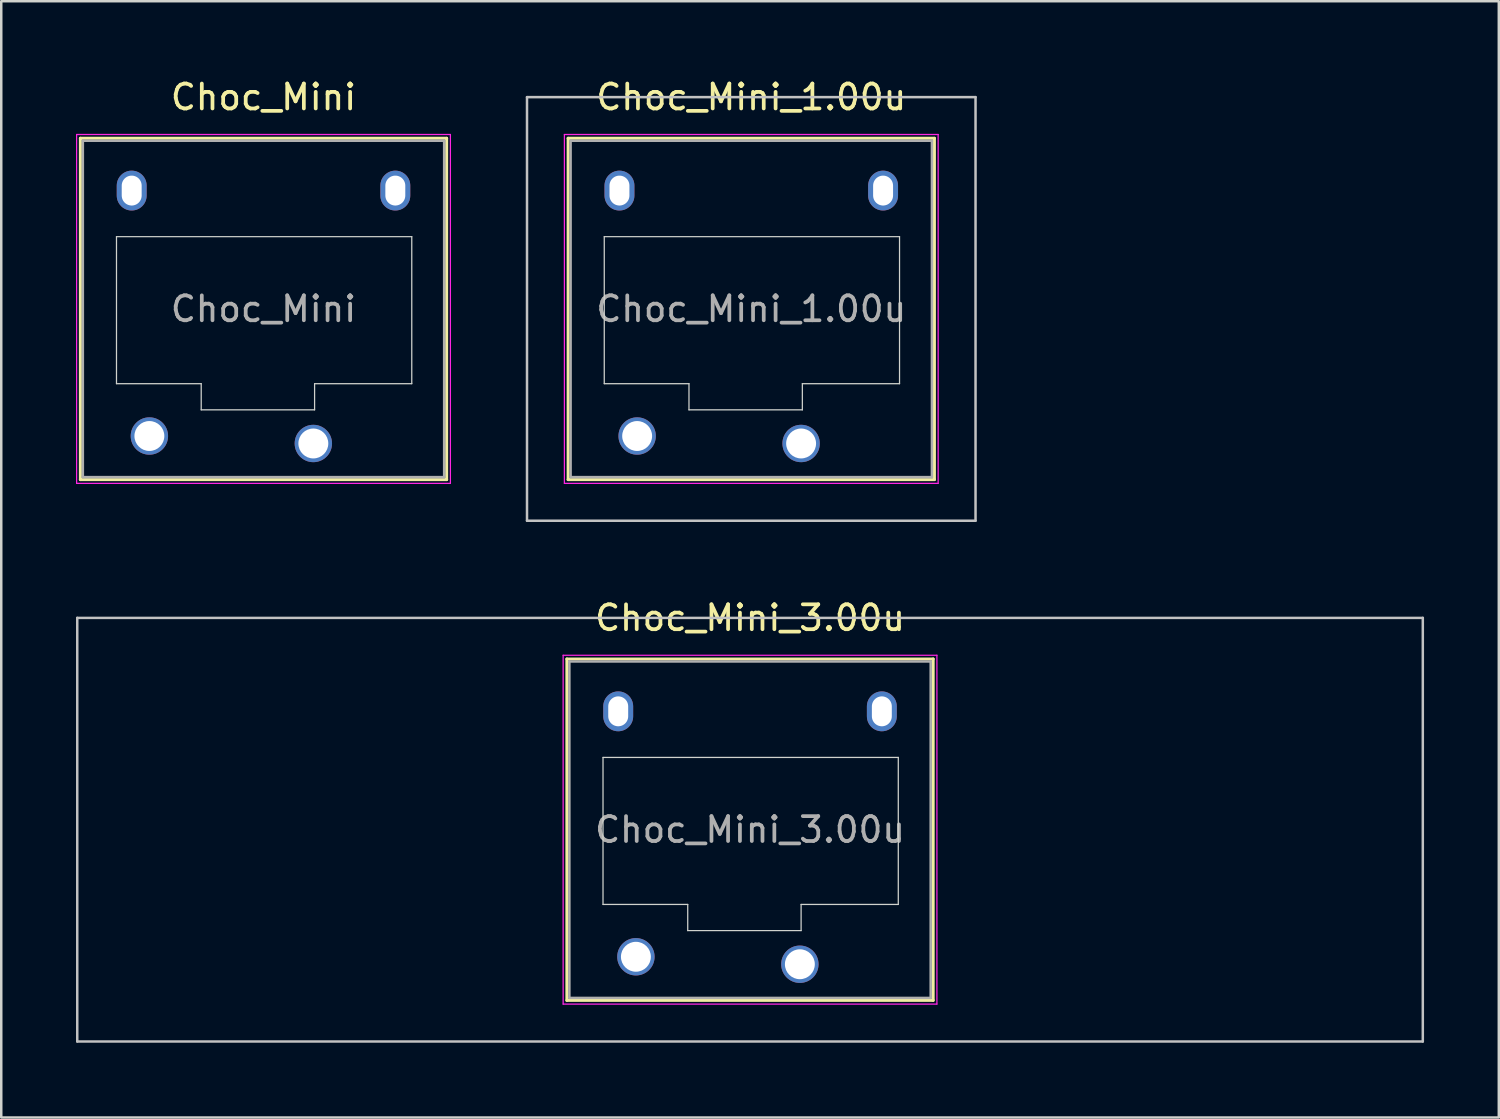
<source format=kicad_pcb>
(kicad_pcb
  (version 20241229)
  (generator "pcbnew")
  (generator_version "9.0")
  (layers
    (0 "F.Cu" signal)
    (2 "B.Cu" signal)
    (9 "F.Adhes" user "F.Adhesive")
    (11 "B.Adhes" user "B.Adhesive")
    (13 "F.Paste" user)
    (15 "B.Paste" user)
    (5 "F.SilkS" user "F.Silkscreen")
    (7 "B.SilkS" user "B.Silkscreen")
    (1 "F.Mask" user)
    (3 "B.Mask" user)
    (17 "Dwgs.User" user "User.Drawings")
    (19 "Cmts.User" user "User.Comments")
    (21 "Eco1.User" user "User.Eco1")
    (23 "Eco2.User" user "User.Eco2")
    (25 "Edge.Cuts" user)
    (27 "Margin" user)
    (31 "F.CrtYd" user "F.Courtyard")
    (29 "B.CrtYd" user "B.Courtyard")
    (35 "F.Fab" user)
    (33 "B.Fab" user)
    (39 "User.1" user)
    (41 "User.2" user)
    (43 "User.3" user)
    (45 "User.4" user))
  (footprint "Choc_Mini"
    (layer "F.Cu")
    (at 7.525 9.348)
    (property "Reference" "Choc_Mini" (at 0 -8.5 0) (layer "F.SilkS") (effects (font (size 1 1) (thickness 0.15))))
    (attr through_hole)
    (fp_line (start -7.35 -6.85) (end -7.35 6.85) (stroke (width 0.12) (type solid)) (layer "F.SilkS"))
    (fp_line (start -7.35 6.85) (end 7.35 6.85) (stroke (width 0.12) (type solid)) (layer "F.SilkS"))
    (fp_line (start 7.35 -6.85) (end -7.35 -6.85) (stroke (width 0.12) (type solid)) (layer "F.SilkS"))
    (fp_line (start 7.35 6.85) (end 7.35 -6.85) (stroke (width 0.12) (type solid)) (layer "F.SilkS"))
    (fp_line (start -6.85 -6.35) (end -6.85 6.35) (stroke (width 0.1) (type solid)) (layer "Eco1.User"))
    (fp_line (start -6.85 6.35) (end 6.85 6.35) (stroke (width 0.1) (type solid)) (layer "Eco1.User"))
    (fp_line (start 6.85 -6.35) (end -6.85 -6.35) (stroke (width 0.1) (type solid)) (layer "Eco1.User"))
    (fp_line (start 6.85 6.35) (end 6.85 -6.35) (stroke (width 0.1) (type solid)) (layer "Eco1.User"))
    (fp_line (start -5.9 -2.9) (end -5.9 3) (stroke (width 0.05) (type solid)) (layer "Edge.Cuts"))
    (fp_line (start -5.9 3) (end -2.5 3) (stroke (width 0.05) (type solid)) (layer "Edge.Cuts"))
    (fp_line (start -2.5 3) (end -2.5 4.05) (stroke (width 0.05) (type solid)) (layer "Edge.Cuts"))
    (fp_line (start -2.5 4.05) (end 2.05 4.05) (stroke (width 0.05) (type solid)) (layer "Edge.Cuts"))
    (fp_line (start 2.05 3) (end 5.95 3) (stroke (width 0.05) (type solid)) (layer "Edge.Cuts"))
    (fp_line (start 2.05 4.05) (end 2.05 3) (stroke (width 0.05) (type solid)) (layer "Edge.Cuts"))
    (fp_line (start 5.95 -2.9) (end -5.9 -2.9) (stroke (width 0.05) (type solid)) (layer "Edge.Cuts"))
    (fp_line (start 5.95 3) (end 5.95 -2.9) (stroke (width 0.05) (type solid)) (layer "Edge.Cuts"))
    (fp_line (start -7.5 -7) (end -7.5 7) (stroke (width 0.05) (type solid)) (layer "F.CrtYd"))
    (fp_line (start -7.5 7) (end 7.5 7) (stroke (width 0.05) (type solid)) (layer "F.CrtYd"))
    (fp_line (start 7.5 -7) (end -7.5 -7) (stroke (width 0.05) (type solid)) (layer "F.CrtYd"))
    (fp_line (start 7.5 7) (end 7.5 -7) (stroke (width 0.05) (type solid)) (layer "F.CrtYd"))
    (fp_line (start -7.25 -6.75) (end -7.25 6.75) (stroke (width 0.1) (type solid)) (layer "F.Fab"))
    (fp_line (start -7.25 6.75) (end 7.25 6.75) (stroke (width 0.1) (type solid)) (layer "F.Fab"))
    (fp_line (start 7.25 -6.75) (end -7.25 -6.75) (stroke (width 0.1) (type solid)) (layer "F.Fab"))
    (fp_line (start 7.25 6.75) (end 7.25 -6.75) (stroke (width 0.1) (type solid)) (layer "F.Fab"))
    (fp_text user "${REFERENCE}" (at 0 0 0) (layer "F.Fab") (effects (font (size 1 1) (thickness 0.15))))
    (pad "" np_thru_hole oval (at -5.29 -4.75) (size 1.2 1.6) (drill oval 0.8 1.2) (layers "*.Cu" "*.Mask"))
    (pad "" np_thru_hole oval (at 5.29 -4.75) (size 1.2 1.6) (drill oval 0.8 1.2) (layers "*.Cu" "*.Mask"))
    (pad "1" thru_hole circle (at 2 5.4) (size 1.5 1.5) (drill 1.2) (layers "*.Cu" "*.Mask"))
    (pad "2" thru_hole circle (at -4.58 5.1) (size 1.5 1.5) (drill 1.2) (layers "*.Cu" "*.Mask")))
  (footprint "Choc_Mini_1.00u"
    (layer "F.Cu")
    (at 27.1 9.348)
    (property "Reference" "Choc_Mini_1.00u" (at 0 -8.5 0) (layer "F.SilkS") (effects (font (size 1 1) (thickness 0.15))))
    (attr through_hole)
    (fp_line (start -7.35 -6.85) (end -7.35 6.85) (stroke (width 0.12) (type solid)) (layer "F.SilkS"))
    (fp_line (start -7.35 6.85) (end 7.35 6.85) (stroke (width 0.12) (type solid)) (layer "F.SilkS"))
    (fp_line (start 7.35 -6.85) (end -7.35 -6.85) (stroke (width 0.12) (type solid)) (layer "F.SilkS"))
    (fp_line (start 7.35 6.85) (end 7.35 -6.85) (stroke (width 0.12) (type solid)) (layer "F.SilkS"))
    (fp_line (start -9 -8.5) (end -9 8.5) (stroke (width 0.1) (type solid)) (layer "Dwgs.User"))
    (fp_line (start -9 8.5) (end 9 8.5) (stroke (width 0.1) (type solid)) (layer "Dwgs.User"))
    (fp_line (start 9 -8.5) (end -9 -8.5) (stroke (width 0.1) (type solid)) (layer "Dwgs.User"))
    (fp_line (start 9 8.5) (end 9 -8.5) (stroke (width 0.1) (type solid)) (layer "Dwgs.User"))
    (fp_line (start -6.85 -6.35) (end -6.85 6.35) (stroke (width 0.1) (type solid)) (layer "Eco1.User"))
    (fp_line (start -6.85 6.35) (end 6.85 6.35) (stroke (width 0.1) (type solid)) (layer "Eco1.User"))
    (fp_line (start 6.85 -6.35) (end -6.85 -6.35) (stroke (width 0.1) (type solid)) (layer "Eco1.User"))
    (fp_line (start 6.85 6.35) (end 6.85 -6.35) (stroke (width 0.1) (type solid)) (layer "Eco1.User"))
    (fp_line (start -5.9 -2.9) (end -5.9 3) (stroke (width 0.05) (type solid)) (layer "Edge.Cuts"))
    (fp_line (start -5.9 3) (end -2.5 3) (stroke (width 0.05) (type solid)) (layer "Edge.Cuts"))
    (fp_line (start -2.5 3) (end -2.5 4.05) (stroke (width 0.05) (type solid)) (layer "Edge.Cuts"))
    (fp_line (start -2.5 4.05) (end 2.05 4.05) (stroke (width 0.05) (type solid)) (layer "Edge.Cuts"))
    (fp_line (start 2.05 3) (end 5.95 3) (stroke (width 0.05) (type solid)) (layer "Edge.Cuts"))
    (fp_line (start 2.05 4.05) (end 2.05 3) (stroke (width 0.05) (type solid)) (layer "Edge.Cuts"))
    (fp_line (start 5.95 -2.9) (end -5.9 -2.9) (stroke (width 0.05) (type solid)) (layer "Edge.Cuts"))
    (fp_line (start 5.95 3) (end 5.95 -2.9) (stroke (width 0.05) (type solid)) (layer "Edge.Cuts"))
    (fp_line (start -7.5 -7) (end -7.5 7) (stroke (width 0.05) (type solid)) (layer "F.CrtYd"))
    (fp_line (start -7.5 7) (end 7.5 7) (stroke (width 0.05) (type solid)) (layer "F.CrtYd"))
    (fp_line (start 7.5 -7) (end -7.5 -7) (stroke (width 0.05) (type solid)) (layer "F.CrtYd"))
    (fp_line (start 7.5 7) (end 7.5 -7) (stroke (width 0.05) (type solid)) (layer "F.CrtYd"))
    (fp_line (start -7.25 -6.75) (end -7.25 6.75) (stroke (width 0.1) (type solid)) (layer "F.Fab"))
    (fp_line (start -7.25 6.75) (end 7.25 6.75) (stroke (width 0.1) (type solid)) (layer "F.Fab"))
    (fp_line (start 7.25 -6.75) (end -7.25 -6.75) (stroke (width 0.1) (type solid)) (layer "F.Fab"))
    (fp_line (start 7.25 6.75) (end 7.25 -6.75) (stroke (width 0.1) (type solid)) (layer "F.Fab"))
    (fp_text user "${REFERENCE}" (at 0 0 0) (layer "F.Fab") (effects (font (size 1 1) (thickness 0.15))))
    (pad "" np_thru_hole oval (at -5.29 -4.75) (size 1.2 1.6) (drill oval 0.8 1.2) (layers "*.Cu" "*.Mask"))
    (pad "" np_thru_hole oval (at 5.29 -4.75) (size 1.2 1.6) (drill oval 0.8 1.2) (layers "*.Cu" "*.Mask"))
    (pad "1" thru_hole circle (at 2 5.4) (size 1.5 1.5) (drill 1.2) (layers "*.Cu" "*.Mask"))
    (pad "2" thru_hole circle (at -4.58 5.1) (size 1.5 1.5) (drill 1.2) (layers "*.Cu" "*.Mask")))
  (footprint "Choc_Mini_3.00u"
    (layer "F.Cu")
    (at 27.05 30.247)
    (property "Reference" "Choc_Mini_3.00u" (at 0 -8.5 0) (layer "F.SilkS") (effects (font (size 1 1) (thickness 0.15))))
    (attr through_hole)
    (fp_line (start -7.35 -6.85) (end -7.35 6.85) (stroke (width 0.12) (type solid)) (layer "F.SilkS"))
    (fp_line (start -7.35 6.85) (end 7.35 6.85) (stroke (width 0.12) (type solid)) (layer "F.SilkS"))
    (fp_line (start 7.35 -6.85) (end -7.35 -6.85) (stroke (width 0.12) (type solid)) (layer "F.SilkS"))
    (fp_line (start 7.35 6.85) (end 7.35 -6.85) (stroke (width 0.12) (type solid)) (layer "F.SilkS"))
    (fp_line (start -27 -8.5) (end -27 8.5) (stroke (width 0.1) (type solid)) (layer "Dwgs.User"))
    (fp_line (start -27 8.5) (end 27 8.5) (stroke (width 0.1) (type solid)) (layer "Dwgs.User"))
    (fp_line (start 27 -8.5) (end -27 -8.5) (stroke (width 0.1) (type solid)) (layer "Dwgs.User"))
    (fp_line (start 27 8.5) (end 27 -8.5) (stroke (width 0.1) (type solid)) (layer "Dwgs.User"))
    (fp_line (start -6.85 -6.35) (end -6.85 6.35) (stroke (width 0.1) (type solid)) (layer "Eco1.User"))
    (fp_line (start -6.85 6.35) (end 6.85 6.35) (stroke (width 0.1) (type solid)) (layer "Eco1.User"))
    (fp_line (start 6.85 -6.35) (end -6.85 -6.35) (stroke (width 0.1) (type solid)) (layer "Eco1.User"))
    (fp_line (start 6.85 6.35) (end 6.85 -6.35) (stroke (width 0.1) (type solid)) (layer "Eco1.User"))
    (fp_line (start -5.9 -2.9) (end -5.9 3) (stroke (width 0.05) (type solid)) (layer "Edge.Cuts"))
    (fp_line (start -5.9 3) (end -2.5 3) (stroke (width 0.05) (type solid)) (layer "Edge.Cuts"))
    (fp_line (start -2.5 3) (end -2.5 4.05) (stroke (width 0.05) (type solid)) (layer "Edge.Cuts"))
    (fp_line (start -2.5 4.05) (end 2.05 4.05) (stroke (width 0.05) (type solid)) (layer "Edge.Cuts"))
    (fp_line (start 2.05 3) (end 5.95 3) (stroke (width 0.05) (type solid)) (layer "Edge.Cuts"))
    (fp_line (start 2.05 4.05) (end 2.05 3) (stroke (width 0.05) (type solid)) (layer "Edge.Cuts"))
    (fp_line (start 5.95 -2.9) (end -5.9 -2.9) (stroke (width 0.05) (type solid)) (layer "Edge.Cuts"))
    (fp_line (start 5.95 3) (end 5.95 -2.9) (stroke (width 0.05) (type solid)) (layer "Edge.Cuts"))
    (fp_line (start -7.5 -7) (end -7.5 7) (stroke (width 0.05) (type solid)) (layer "F.CrtYd"))
    (fp_line (start -7.5 7) (end 7.5 7) (stroke (width 0.05) (type solid)) (layer "F.CrtYd"))
    (fp_line (start 7.5 -7) (end -7.5 -7) (stroke (width 0.05) (type solid)) (layer "F.CrtYd"))
    (fp_line (start 7.5 7) (end 7.5 -7) (stroke (width 0.05) (type solid)) (layer "F.CrtYd"))
    (fp_line (start -7.25 -6.75) (end -7.25 6.75) (stroke (width 0.1) (type solid)) (layer "F.Fab"))
    (fp_line (start -7.25 6.75) (end 7.25 6.75) (stroke (width 0.1) (type solid)) (layer "F.Fab"))
    (fp_line (start 7.25 -6.75) (end -7.25 -6.75) (stroke (width 0.1) (type solid)) (layer "F.Fab"))
    (fp_line (start 7.25 6.75) (end 7.25 -6.75) (stroke (width 0.1) (type solid)) (layer "F.Fab"))
    (fp_text user "${REFERENCE}" (at 0 0 0) (layer "F.Fab") (effects (font (size 1 1) (thickness 0.15))))
    (pad "" np_thru_hole oval (at -5.29 -4.75) (size 1.2 1.6) (drill oval 0.8 1.2) (layers "*.Cu" "*.Mask"))
    (pad "" np_thru_hole oval (at 5.29 -4.75) (size 1.2 1.6) (drill oval 0.8 1.2) (layers "*.Cu" "*.Mask"))
    (pad "1" thru_hole circle (at 2 5.4) (size 1.5 1.5) (drill 1.2) (layers "*.Cu" "*.Mask"))
    (pad "2" thru_hole circle (at -4.58 5.1) (size 1.5 1.5) (drill 1.2) (layers "*.Cu" "*.Mask")))
  (gr_rect
    (start -3 -3)
    (end 57.1 41.797)
    (stroke (width 0.1) (type default))
    (fill no)
    (layer "Edge.Cuts")))
</source>
